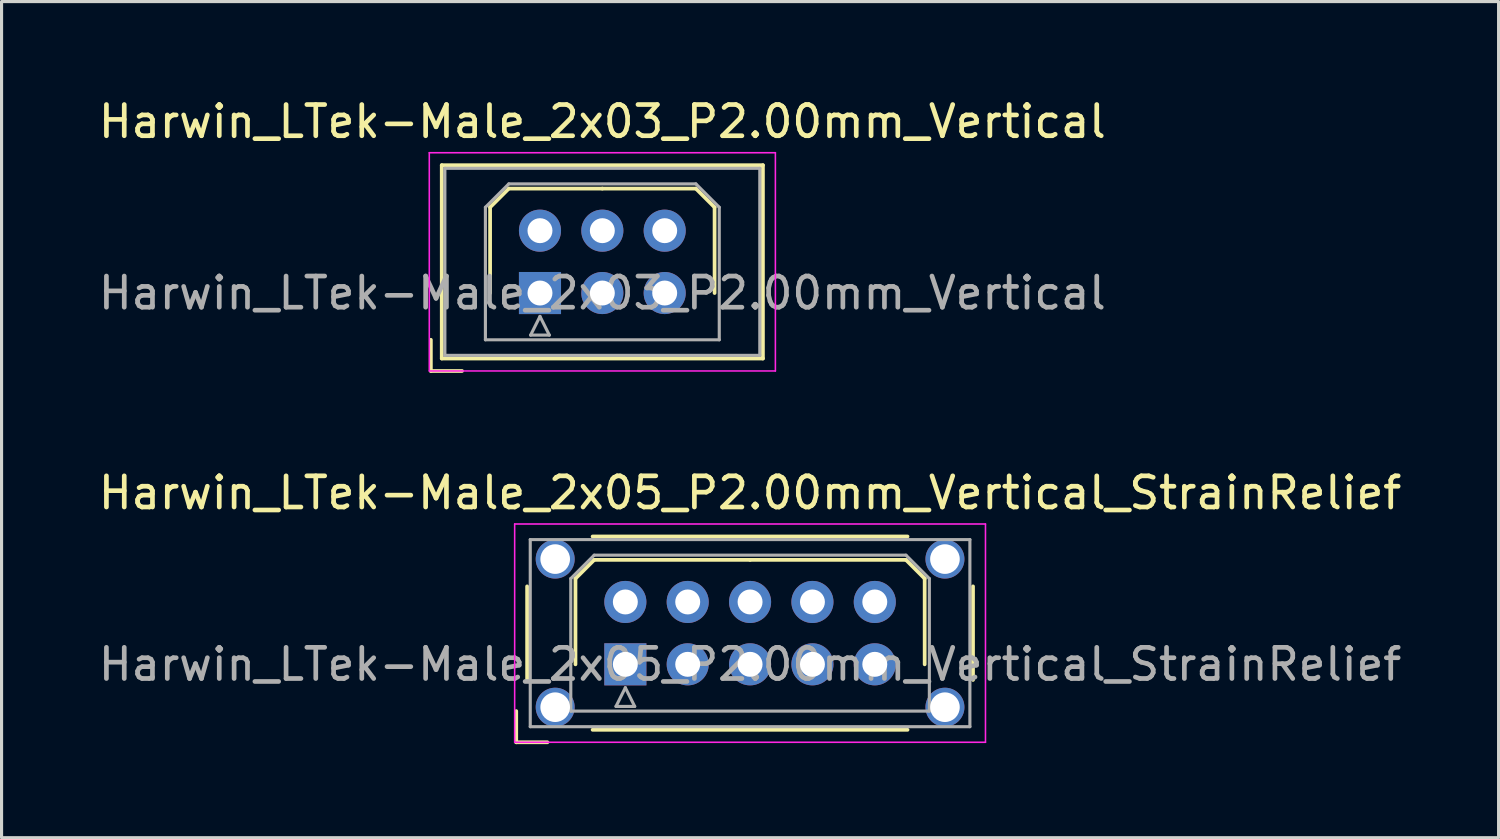
<source format=kicad_pcb>
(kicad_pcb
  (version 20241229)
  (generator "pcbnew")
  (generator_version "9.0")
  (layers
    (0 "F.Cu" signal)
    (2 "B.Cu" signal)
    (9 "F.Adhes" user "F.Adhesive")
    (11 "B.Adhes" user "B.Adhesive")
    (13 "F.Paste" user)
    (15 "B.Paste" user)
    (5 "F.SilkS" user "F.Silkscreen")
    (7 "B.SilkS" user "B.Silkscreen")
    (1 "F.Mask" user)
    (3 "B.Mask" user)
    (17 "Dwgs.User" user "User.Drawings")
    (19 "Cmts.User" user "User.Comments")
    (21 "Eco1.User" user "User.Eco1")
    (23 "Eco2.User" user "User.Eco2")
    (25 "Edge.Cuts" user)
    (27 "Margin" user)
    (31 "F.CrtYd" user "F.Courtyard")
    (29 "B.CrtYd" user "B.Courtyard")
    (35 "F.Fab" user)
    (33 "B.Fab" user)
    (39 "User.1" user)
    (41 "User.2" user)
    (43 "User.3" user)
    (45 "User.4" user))
  (footprint "Harwin_LTek-Male_2x03_P2.00mm_Vertical"
    (layer "F.Cu")
    (at 14.268 6.348)
    (property "Reference" "Harwin_LTek-Male_2x03_P2.00mm_Vertical" (at 2 -5.5 0) (layer "F.SilkS") (effects (font (size 1 1) (thickness 0.15))))
    (attr through_hole)
    (fp_line (start -3.5 1.5) (end -3.5 2.5) (stroke (width 0.12) (type solid)) (layer "F.SilkS"))
    (fp_line (start -3.5 2.5) (end -2.5 2.5) (stroke (width 0.12) (type solid)) (layer "F.SilkS"))
    (fp_line (start -3.15 -4.1) (end -3.15 2.1) (stroke (width 0.12) (type solid)) (layer "F.SilkS"))
    (fp_line (start -3.15 2.1) (end 7.15 2.1) (stroke (width 0.12) (type solid)) (layer "F.SilkS"))
    (fp_line (start -1.6 -2.75) (end -1 -3.35) (stroke (width 0.12) (type solid)) (layer "F.SilkS"))
    (fp_line (start -1.6 0) (end -1.6 -2.75) (stroke (width 0.12) (type solid)) (layer "F.SilkS"))
    (fp_line (start -1 -3.35) (end 2 -3.35) (stroke (width 0.12) (type solid)) (layer "F.SilkS"))
    (fp_line (start 5 -3.35) (end 2 -3.35) (stroke (width 0.12) (type solid)) (layer "F.SilkS"))
    (fp_line (start 5.6 -2.75) (end 5 -3.35) (stroke (width 0.12) (type solid)) (layer "F.SilkS"))
    (fp_line (start 5.6 0) (end 5.6 -2.75) (stroke (width 0.12) (type solid)) (layer "F.SilkS"))
    (fp_line (start 7.15 -4.1) (end -3.15 -4.1) (stroke (width 0.12) (type solid)) (layer "F.SilkS"))
    (fp_line (start 7.15 2.1) (end 7.15 -4.1) (stroke (width 0.12) (type solid)) (layer "F.SilkS"))
    (fp_line (start -3.55 -4.5) (end -3.55 2.5) (stroke (width 0.05) (type solid)) (layer "F.CrtYd"))
    (fp_line (start -3.55 2.5) (end 7.55 2.5) (stroke (width 0.05) (type solid)) (layer "F.CrtYd"))
    (fp_line (start 7.55 -4.5) (end -3.55 -4.5) (stroke (width 0.05) (type solid)) (layer "F.CrtYd"))
    (fp_line (start 7.55 2.5) (end 7.55 -4.5) (stroke (width 0.05) (type solid)) (layer "F.CrtYd"))
    (fp_line (start -3.05 -4) (end -3.05 2) (stroke (width 0.1) (type solid)) (layer "F.Fab"))
    (fp_line (start -3.05 2) (end 7.05 2) (stroke (width 0.1) (type solid)) (layer "F.Fab"))
    (fp_line (start -1.75 -2.75) (end -1 -3.5) (stroke (width 0.1) (type solid)) (layer "F.Fab"))
    (fp_line (start -1.75 1.5) (end -1.75 -2.75) (stroke (width 0.1) (type solid)) (layer "F.Fab"))
    (fp_line (start -1 -3.5) (end 5 -3.5) (stroke (width 0.1) (type solid)) (layer "F.Fab"))
    (fp_line (start -0.3 1.35) (end 0.3 1.35) (stroke (width 0.1) (type solid)) (layer "F.Fab"))
    (fp_line (start 0 0.75) (end -0.3 1.35) (stroke (width 0.1) (type solid)) (layer "F.Fab"))
    (fp_line (start 0.3 1.35) (end 0 0.75) (stroke (width 0.1) (type solid)) (layer "F.Fab"))
    (fp_line (start 5 -3.5) (end 5.75 -2.75) (stroke (width 0.1) (type solid)) (layer "F.Fab"))
    (fp_line (start 5.75 -2.75) (end 5.75 1.5) (stroke (width 0.1) (type solid)) (layer "F.Fab"))
    (fp_line (start 5.75 1.5) (end -1.75 1.5) (stroke (width 0.1) (type solid)) (layer "F.Fab"))
    (fp_line (start 7.05 -4) (end -3.05 -4) (stroke (width 0.1) (type solid)) (layer "F.Fab"))
    (fp_line (start 7.05 2) (end 7.05 -4) (stroke (width 0.1) (type solid)) (layer "F.Fab"))
    (fp_text user "${REFERENCE}" (at 2 0 0) (layer "F.Fab") (effects (font (size 1 1) (thickness 0.15))))
    (pad "1" thru_hole rect (at 0 0) (size 1.35 1.35) (drill 0.8) (layers "*.Cu" "*.Mask"))
    (pad "2" thru_hole circle (at 0 -2) (size 1.35 1.35) (drill 0.8) (layers "*.Cu" "*.Mask"))
    (pad "3" thru_hole circle (at 2 0) (size 1.35 1.35) (drill 0.8) (layers "*.Cu" "*.Mask"))
    (pad "4" thru_hole circle (at 2 -2) (size 1.35 1.35) (drill 0.8) (layers "*.Cu" "*.Mask"))
    (pad "5" thru_hole circle (at 4 0) (size 1.35 1.35) (drill 0.8) (layers "*.Cu" "*.Mask"))
    (pad "6" thru_hole circle (at 4 -2) (size 1.35 1.35) (drill 0.8) (layers "*.Cu" "*.Mask")))
  (footprint "Harwin_LTek-Male_2x05_P2.00mm_Vertical_StrainRelief"
    (layer "F.Cu")
    (at 17.006 18.256)
    (property "Reference" "Harwin_LTek-Male_2x05_P2.00mm_Vertical_StrainRelief" (at 4 -5.5 0) (layer "F.SilkS") (effects (font (size 1 1) (thickness 0.15))))
    (attr through_hole)
    (fp_line (start -3.5 1.5) (end -3.5 2.5) (stroke (width 0.12) (type solid)) (layer "F.SilkS"))
    (fp_line (start -3.5 2.5) (end -2.5 2.5) (stroke (width 0.12) (type solid)) (layer "F.SilkS"))
    (fp_line (start -3.15 -2.5) (end -3.15 0.5) (stroke (width 0.12) (type solid)) (layer "F.SilkS"))
    (fp_line (start -1.6 -2.75) (end -1 -3.35) (stroke (width 0.12) (type solid)) (layer "F.SilkS"))
    (fp_line (start -1.6 0) (end -1.6 -2.75) (stroke (width 0.12) (type solid)) (layer "F.SilkS"))
    (fp_line (start -1.05 -4.1) (end 9.05 -4.1) (stroke (width 0.12) (type solid)) (layer "F.SilkS"))
    (fp_line (start -1.05 2.1) (end 9.05 2.1) (stroke (width 0.12) (type solid)) (layer "F.SilkS"))
    (fp_line (start -1 -3.35) (end 4 -3.35) (stroke (width 0.12) (type solid)) (layer "F.SilkS"))
    (fp_line (start 9 -3.35) (end 4 -3.35) (stroke (width 0.12) (type solid)) (layer "F.SilkS"))
    (fp_line (start 9.6 -2.75) (end 9 -3.35) (stroke (width 0.12) (type solid)) (layer "F.SilkS"))
    (fp_line (start 9.6 0) (end 9.6 -2.75) (stroke (width 0.12) (type solid)) (layer "F.SilkS"))
    (fp_line (start 11.15 -2.5) (end 11.15 0.5) (stroke (width 0.12) (type solid)) (layer "F.SilkS"))
    (fp_line (start -3.55 -4.5) (end -3.55 2.5) (stroke (width 0.05) (type solid)) (layer "F.CrtYd"))
    (fp_line (start -3.55 2.5) (end 11.55 2.5) (stroke (width 0.05) (type solid)) (layer "F.CrtYd"))
    (fp_line (start 11.55 -4.5) (end -3.55 -4.5) (stroke (width 0.05) (type solid)) (layer "F.CrtYd"))
    (fp_line (start 11.55 2.5) (end 11.55 -4.5) (stroke (width 0.05) (type solid)) (layer "F.CrtYd"))
    (fp_line (start -3.05 -4) (end -3.05 2) (stroke (width 0.1) (type solid)) (layer "F.Fab"))
    (fp_line (start -3.05 2) (end 11.05 2) (stroke (width 0.1) (type solid)) (layer "F.Fab"))
    (fp_line (start -1.75 -2.75) (end -1 -3.5) (stroke (width 0.1) (type solid)) (layer "F.Fab"))
    (fp_line (start -1.75 1.5) (end -1.75 -2.75) (stroke (width 0.1) (type solid)) (layer "F.Fab"))
    (fp_line (start -1 -3.5) (end 9 -3.5) (stroke (width 0.1) (type solid)) (layer "F.Fab"))
    (fp_line (start -0.3 1.35) (end 0.3 1.35) (stroke (width 0.1) (type solid)) (layer "F.Fab"))
    (fp_line (start 0 0.75) (end -0.3 1.35) (stroke (width 0.1) (type solid)) (layer "F.Fab"))
    (fp_line (start 0.3 1.35) (end 0 0.75) (stroke (width 0.1) (type solid)) (layer "F.Fab"))
    (fp_line (start 9 -3.5) (end 9.75 -2.75) (stroke (width 0.1) (type solid)) (layer "F.Fab"))
    (fp_line (start 9.75 -2.75) (end 9.75 1.5) (stroke (width 0.1) (type solid)) (layer "F.Fab"))
    (fp_line (start 9.75 1.5) (end -1.75 1.5) (stroke (width 0.1) (type solid)) (layer "F.Fab"))
    (fp_line (start 11.05 -4) (end -3.05 -4) (stroke (width 0.1) (type solid)) (layer "F.Fab"))
    (fp_line (start 11.05 2) (end 11.05 -4) (stroke (width 0.1) (type solid)) (layer "F.Fab"))
    (fp_text user "${REFERENCE}" (at 4 0 0) (layer "F.Fab") (effects (font (size 1 1) (thickness 0.15))))
    (pad "" thru_hole circle (at -2.25 -3.375) (size 1.25 1.25) (drill 0.95) (layers "*.Cu" "*.Mask"))
    (pad "" thru_hole circle (at -2.25 1.375) (size 1.25 1.25) (drill 0.95) (layers "*.Cu" "*.Mask"))
    (pad "" thru_hole circle (at 10.25 -3.375) (size 1.25 1.25) (drill 0.95) (layers "*.Cu" "*.Mask"))
    (pad "" thru_hole circle (at 10.25 1.375) (size 1.25 1.25) (drill 0.95) (layers "*.Cu" "*.Mask"))
    (pad "1" thru_hole rect (at 0 0) (size 1.35 1.35) (drill 0.8) (layers "*.Cu" "*.Mask"))
    (pad "2" thru_hole circle (at 0 -2) (size 1.35 1.35) (drill 0.8) (layers "*.Cu" "*.Mask"))
    (pad "3" thru_hole circle (at 2 0) (size 1.35 1.35) (drill 0.8) (layers "*.Cu" "*.Mask"))
    (pad "4" thru_hole circle (at 2 -2) (size 1.35 1.35) (drill 0.8) (layers "*.Cu" "*.Mask"))
    (pad "5" thru_hole circle (at 4 0) (size 1.35 1.35) (drill 0.8) (layers "*.Cu" "*.Mask"))
    (pad "6" thru_hole circle (at 4 -2) (size 1.35 1.35) (drill 0.8) (layers "*.Cu" "*.Mask"))
    (pad "7" thru_hole circle (at 6 0) (size 1.35 1.35) (drill 0.8) (layers "*.Cu" "*.Mask"))
    (pad "8" thru_hole circle (at 6 -2) (size 1.35 1.35) (drill 0.8) (layers "*.Cu" "*.Mask"))
    (pad "9" thru_hole circle (at 8 0) (size 1.35 1.35) (drill 0.8) (layers "*.Cu" "*.Mask"))
    (pad "10" thru_hole circle (at 8 -2) (size 1.35 1.35) (drill 0.8) (layers "*.Cu" "*.Mask")))
  (gr_rect
    (start -3 -3)
    (end 45.012 23.817)
    (stroke (width 0.1) (type default))
    (fill no)
    (layer "Edge.Cuts")))
</source>
